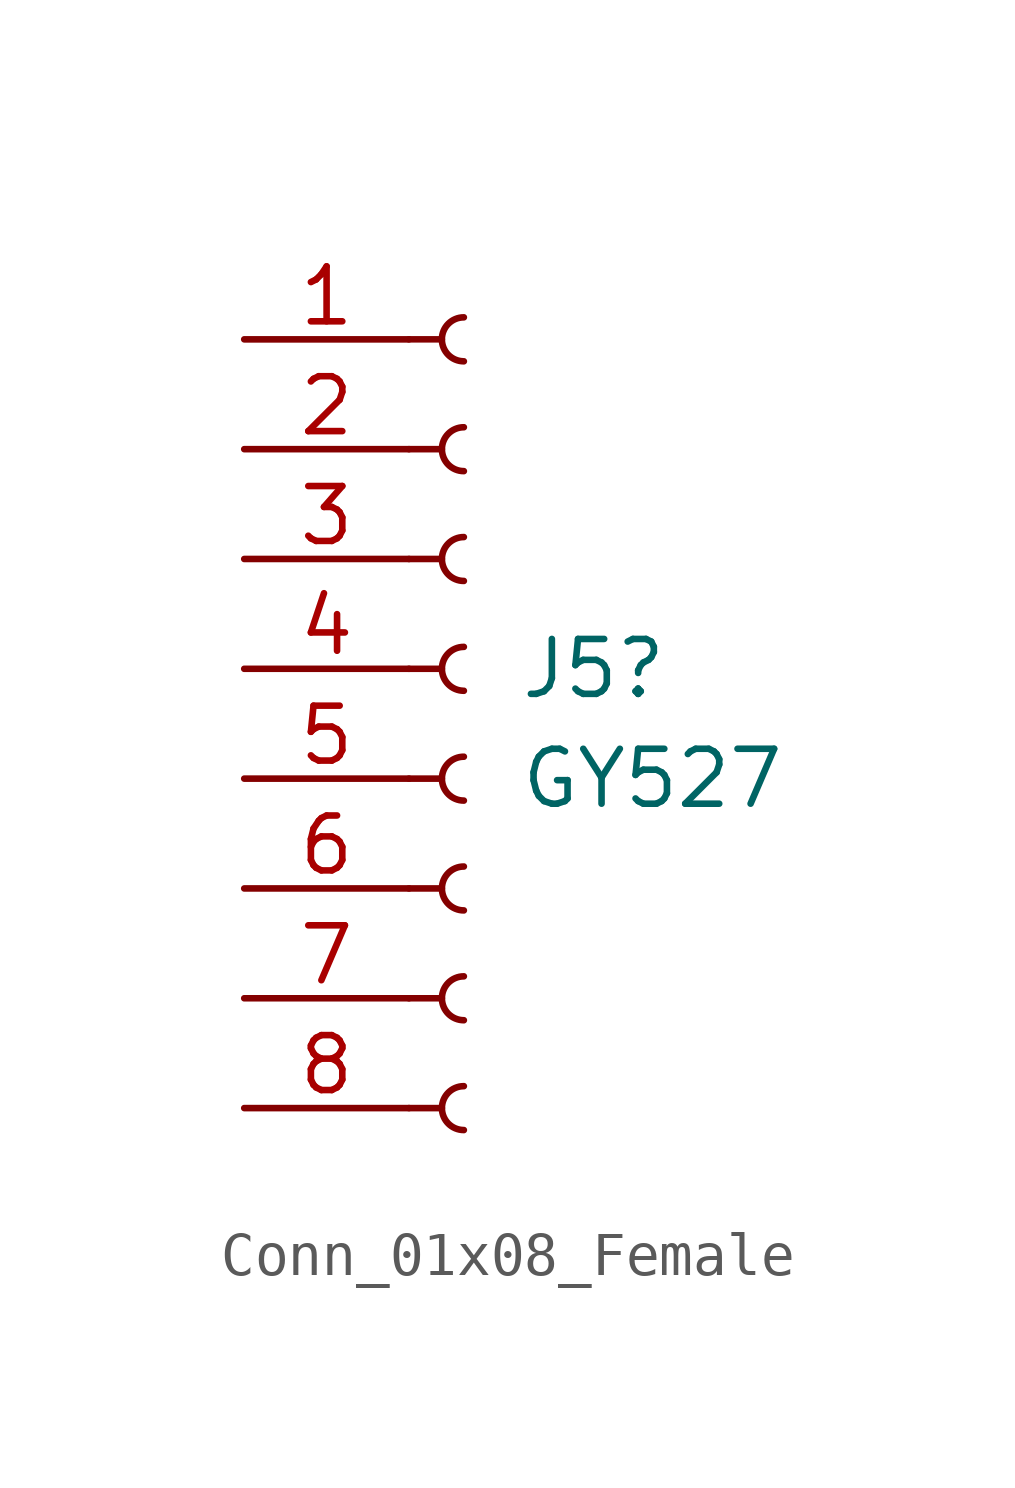
<source format=kicad_sym>
(kicad_symbol_lib
  (version 20211014)
  (generator kicad_symbol_editor)
  (symbol "Conn_01x08_Female"
    (pin_names
      (offset 1.016) hide)
    (property "Reference" "J5"
      (at 1.27 0.0001 0)
      (effects (font (size 1.27 1.27)) (justify left)))
    (property "Value" "GY527"
      (at 1.27 -2.54 0)
      (effects (font (size 1.27 1.27)) (justify left)))
    (symbol "Conn_01x08_Female_1_1"
      (arc (start 0 -9.652) (mid -0.508 -10.16) (end 0 -10.668) (stroke (width 0.1524) (type default) (color 0 0 0 0)) (fill (type none)))
      (arc (start 0 -7.112) (mid -0.508 -7.62) (end 0 -8.128) (stroke (width 0.1524) (type default) (color 0 0 0 0)) (fill (type none)))
      (arc (start 0 -4.572) (mid -0.508 -5.08) (end 0 -5.588) (stroke (width 0.1524) (type default) (color 0 0 0 0)) (fill (type none)))
      (arc (start 0 -2.032) (mid -0.508 -2.54) (end 0 -3.048) (stroke (width 0.1524) (type default) (color 0 0 0 0)) (fill (type none)))
      (polyline (pts (xy -1.27 -10.16) (xy -0.508 -10.16)) (stroke (width 0.152) (type default) (color 0 0 0 0)) (fill (type none)))
      (polyline (pts (xy -1.27 -7.62) (xy -0.508 -7.62)) (stroke (width 0.152) (type default) (color 0 0 0 0)) (fill (type none)))
      (polyline (pts (xy -1.27 -5.08) (xy -0.508 -5.08)) (stroke (width 0.152) (type default) (color 0 0 0 0)) (fill (type none)))
      (polyline (pts (xy -1.27 -2.54) (xy -0.508 -2.54)) (stroke (width 0.152) (type default) (color 0 0 0 0)) (fill (type none)))
      (polyline (pts (xy -1.27 0) (xy -0.508 0)) (stroke (width 0.152) (type default) (color 0 0 0 0)) (fill (type none)))
      (polyline (pts (xy -1.27 2.54) (xy -0.508 2.54)) (stroke (width 0.152) (type default) (color 0 0 0 0)) (fill (type none)))
      (polyline (pts (xy -1.27 5.08) (xy -0.508 5.08)) (stroke (width 0.152) (type default) (color 0 0 0 0)) (fill (type none)))
      (polyline (pts (xy -1.27 7.62) (xy -0.508 7.62)) (stroke (width 0.152) (type default) (color 0 0 0 0)) (fill (type none)))
      (arc (start 0 0.508) (mid -0.508 0) (end 0 -0.508) (stroke (width 0.1524) (type default) (color 0 0 0 0)) (fill (type none)))
      (arc (start 0 3.048) (mid -0.508 2.54) (end 0 2.032) (stroke (width 0.1524) (type default) (color 0 0 0 0)) (fill (type none)))
      (arc (start 0 5.588) (mid -0.508 5.08) (end 0 4.572) (stroke (width 0.1524) (type default) (color 0 0 0 0)) (fill (type none)))
      (arc (start 0 8.128) (mid -0.508 7.62) (end 0 7.112) (stroke (width 0.1524) (type default) (color 0 0 0 0)) (fill (type none)))
      (pin passive line (at -5.08 7.62 0) (length 3.81) (name "VCC" (effects (font (size 1.27 1.27)))) (number "1" (effects (font (size 1.27 1.27)))))
      (pin passive line (at -5.08 5.08 0) (length 3.81) (name "GND" (effects (font (size 1.27 1.27)))) (number "2" (effects (font (size 1.27 1.27)))))
      (pin passive line (at -5.08 2.54 0) (length 3.81) (name "SCL" (effects (font (size 1.27 1.27)))) (number "3" (effects (font (size 1.27 1.27)))))
      (pin passive line (at -5.08 0 0) (length 3.81) (name "SDA" (effects (font (size 1.27 1.27)))) (number "4" (effects (font (size 1.27 1.27)))))
      (pin passive line (at -5.08 -2.54 0) (length 3.81) (name "XDA" (effects (font (size 1.27 1.27)))) (number "5" (effects (font (size 1.27 1.27)))))
      (pin passive line (at -5.08 -5.08 0) (length 3.81) (name "XCL" (effects (font (size 1.27 1.27)))) (number "6" (effects (font (size 1.27 1.27)))))
      (pin passive line (at -5.08 -7.62 0) (length 3.81) (name "ADD" (effects (font (size 1.27 1.27)))) (number "7" (effects (font (size 1.27 1.27)))))
      (pin passive line (at -5.08 -10.16 0) (length 3.81) (name "INT" (effects (font (size 1.27 1.27)))) (number "8" (effects (font (size 1.27 1.27))))))))
</source>
